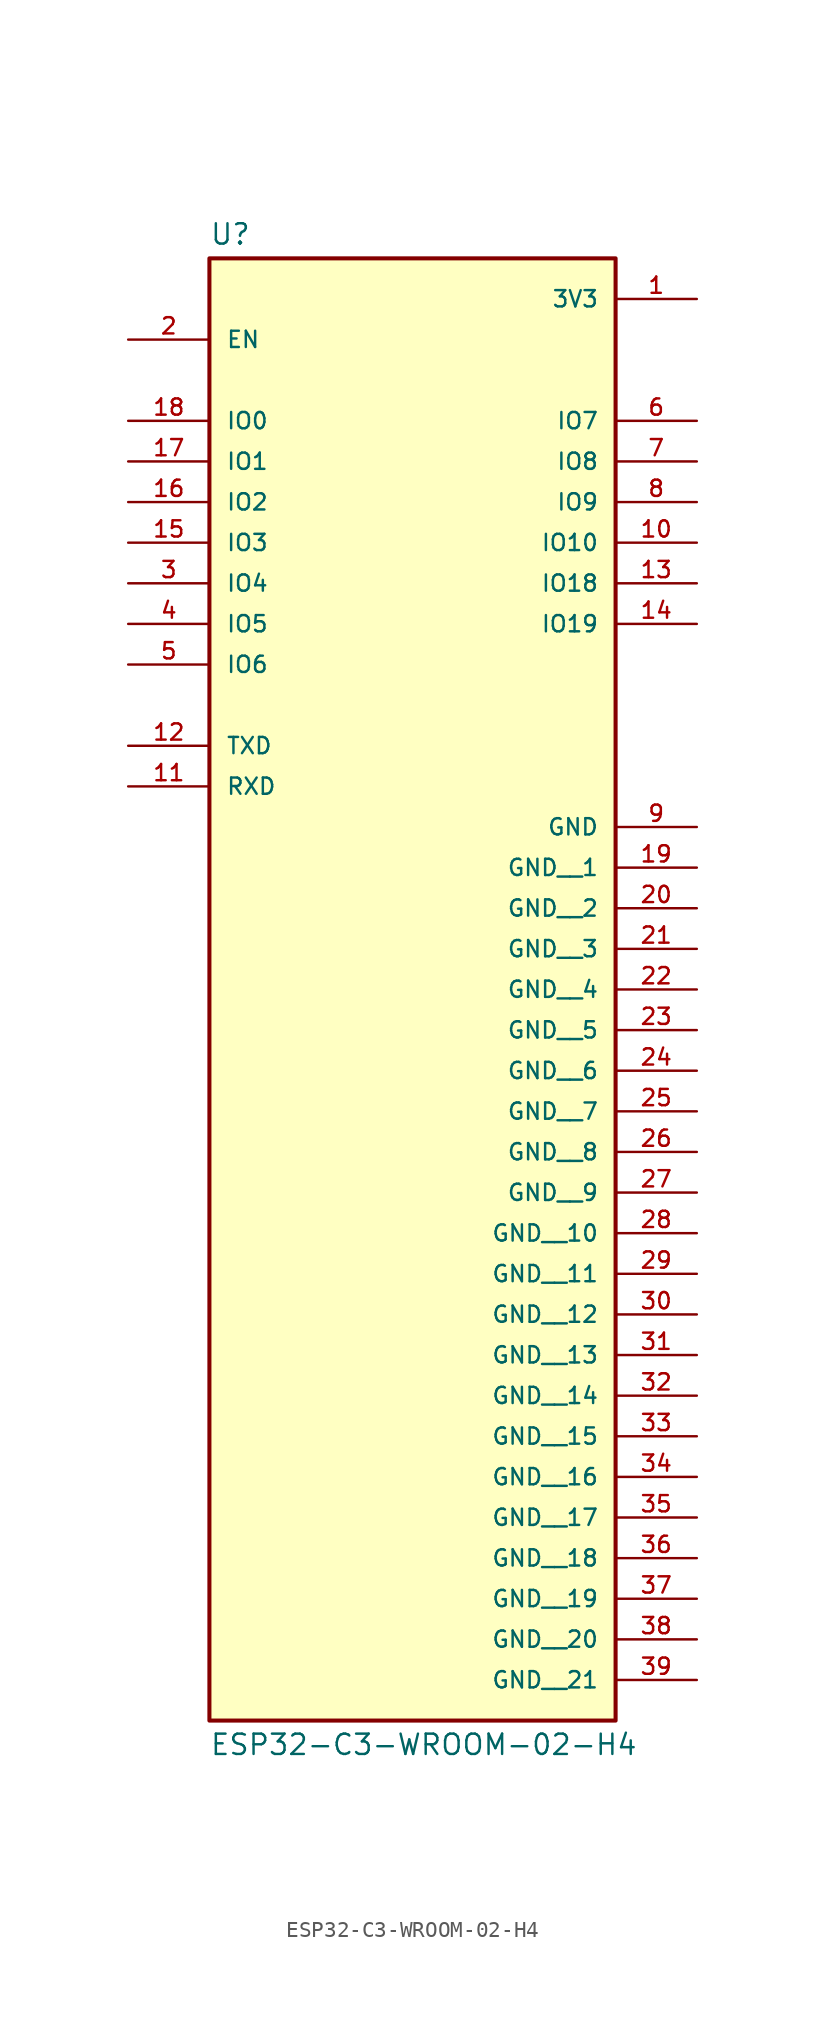
<source format=kicad_sym>
(kicad_symbol_lib
  (version 20231120)
  (generator "kicad_symbol_editor")
  (generator_version "8.0")
  (symbol "ESP32-C3-WROOM-02-H4"
    (pin_names
      (offset 1.016))
    (property "Reference" "U"
      (at -12.7 21.082 0)
      (effects (font (size 1.27 1.27)) (justify left bottom)))
    (property "Value" "ESP32-C3-WROOM-02-H4"
      (at -12.7 -71.882 0)
      (effects (font (size 1.27 1.27)) (justify left top)))
    (symbol "ESP32-C3-WROOM-02-H4_0_0"
      (rectangle (start -12.7 -71.12) (end 12.7 20.32) (stroke (width 0.254) (type default)) (fill (type background)))
      (pin power_in line (at 17.78 17.78 180) (length 5.08) (name "3V3" (effects (font (size 1.016 1.016)))) (number "1" (effects (font (size 1.016 1.016)))))
      (pin bidirectional line (at 17.78 2.54 180) (length 5.08) (name "IO10" (effects (font (size 1.016 1.016)))) (number "10" (effects (font (size 1.016 1.016)))))
      (pin bidirectional line (at -17.78 -12.7 0) (length 5.08) (name "RXD" (effects (font (size 1.016 1.016)))) (number "11" (effects (font (size 1.016 1.016)))))
      (pin bidirectional line (at -17.78 -10.16 0) (length 5.08) (name "TXD" (effects (font (size 1.016 1.016)))) (number "12" (effects (font (size 1.016 1.016)))))
      (pin bidirectional line (at 17.78 0 180) (length 5.08) (name "IO18" (effects (font (size 1.016 1.016)))) (number "13" (effects (font (size 1.016 1.016)))))
      (pin bidirectional line (at 17.78 -2.54 180) (length 5.08) (name "IO19" (effects (font (size 1.016 1.016)))) (number "14" (effects (font (size 1.016 1.016)))))
      (pin bidirectional line (at -17.78 2.54 0) (length 5.08) (name "IO3" (effects (font (size 1.016 1.016)))) (number "15" (effects (font (size 1.016 1.016)))))
      (pin bidirectional line (at -17.78 5.08 0) (length 5.08) (name "IO2" (effects (font (size 1.016 1.016)))) (number "16" (effects (font (size 1.016 1.016)))))
      (pin bidirectional line (at -17.78 7.62 0) (length 5.08) (name "IO1" (effects (font (size 1.016 1.016)))) (number "17" (effects (font (size 1.016 1.016)))))
      (pin bidirectional line (at -17.78 10.16 0) (length 5.08) (name "IO0" (effects (font (size 1.016 1.016)))) (number "18" (effects (font (size 1.016 1.016)))))
      (pin power_in line (at 17.78 -17.78 180) (length 5.08) (name "GND__1" (effects (font (size 1.016 1.016)))) (number "19" (effects (font (size 1.016 1.016)))))
      (pin input line (at -17.78 15.24 0) (length 5.08) (name "EN" (effects (font (size 1.016 1.016)))) (number "2" (effects (font (size 1.016 1.016)))))
      (pin power_in line (at 17.78 -20.32 180) (length 5.08) (name "GND__2" (effects (font (size 1.016 1.016)))) (number "20" (effects (font (size 1.016 1.016)))))
      (pin power_in line (at 17.78 -22.86 180) (length 5.08) (name "GND__3" (effects (font (size 1.016 1.016)))) (number "21" (effects (font (size 1.016 1.016)))))
      (pin power_in line (at 17.78 -25.4 180) (length 5.08) (name "GND__4" (effects (font (size 1.016 1.016)))) (number "22" (effects (font (size 1.016 1.016)))))
      (pin power_in line (at 17.78 -27.94 180) (length 5.08) (name "GND__5" (effects (font (size 1.016 1.016)))) (number "23" (effects (font (size 1.016 1.016)))))
      (pin power_in line (at 17.78 -30.48 180) (length 5.08) (name "GND__6" (effects (font (size 1.016 1.016)))) (number "24" (effects (font (size 1.016 1.016)))))
      (pin power_in line (at 17.78 -33.02 180) (length 5.08) (name "GND__7" (effects (font (size 1.016 1.016)))) (number "25" (effects (font (size 1.016 1.016)))))
      (pin power_in line (at 17.78 -35.56 180) (length 5.08) (name "GND__8" (effects (font (size 1.016 1.016)))) (number "26" (effects (font (size 1.016 1.016)))))
      (pin power_in line (at 17.78 -38.1 180) (length 5.08) (name "GND__9" (effects (font (size 1.016 1.016)))) (number "27" (effects (font (size 1.016 1.016)))))
      (pin power_in line (at 17.78 -40.64 180) (length 5.08) (name "GND__10" (effects (font (size 1.016 1.016)))) (number "28" (effects (font (size 1.016 1.016)))))
      (pin power_in line (at 17.78 -43.18 180) (length 5.08) (name "GND__11" (effects (font (size 1.016 1.016)))) (number "29" (effects (font (size 1.016 1.016)))))
      (pin bidirectional line (at -17.78 0 0) (length 5.08) (name "IO4" (effects (font (size 1.016 1.016)))) (number "3" (effects (font (size 1.016 1.016)))))
      (pin power_in line (at 17.78 -45.72 180) (length 5.08) (name "GND__12" (effects (font (size 1.016 1.016)))) (number "30" (effects (font (size 1.016 1.016)))))
      (pin power_in line (at 17.78 -48.26 180) (length 5.08) (name "GND__13" (effects (font (size 1.016 1.016)))) (number "31" (effects (font (size 1.016 1.016)))))
      (pin power_in line (at 17.78 -50.8 180) (length 5.08) (name "GND__14" (effects (font (size 1.016 1.016)))) (number "32" (effects (font (size 1.016 1.016)))))
      (pin power_in line (at 17.78 -53.34 180) (length 5.08) (name "GND__15" (effects (font (size 1.016 1.016)))) (number "33" (effects (font (size 1.016 1.016)))))
      (pin power_in line (at 17.78 -55.88 180) (length 5.08) (name "GND__16" (effects (font (size 1.016 1.016)))) (number "34" (effects (font (size 1.016 1.016)))))
      (pin power_in line (at 17.78 -58.42 180) (length 5.08) (name "GND__17" (effects (font (size 1.016 1.016)))) (number "35" (effects (font (size 1.016 1.016)))))
      (pin power_in line (at 17.78 -60.96 180) (length 5.08) (name "GND__18" (effects (font (size 1.016 1.016)))) (number "36" (effects (font (size 1.016 1.016)))))
      (pin power_in line (at 17.78 -63.5 180) (length 5.08) (name "GND__19" (effects (font (size 1.016 1.016)))) (number "37" (effects (font (size 1.016 1.016)))))
      (pin power_in line (at 17.78 -66.04 180) (length 5.08) (name "GND__20" (effects (font (size 1.016 1.016)))) (number "38" (effects (font (size 1.016 1.016)))))
      (pin power_in line (at 17.78 -68.58 180) (length 5.08) (name "GND__21" (effects (font (size 1.016 1.016)))) (number "39" (effects (font (size 1.016 1.016)))))
      (pin bidirectional line (at -17.78 -2.54 0) (length 5.08) (name "IO5" (effects (font (size 1.016 1.016)))) (number "4" (effects (font (size 1.016 1.016)))))
      (pin bidirectional line (at -17.78 -5.08 0) (length 5.08) (name "IO6" (effects (font (size 1.016 1.016)))) (number "5" (effects (font (size 1.016 1.016)))))
      (pin bidirectional line (at 17.78 10.16 180) (length 5.08) (name "IO7" (effects (font (size 1.016 1.016)))) (number "6" (effects (font (size 1.016 1.016)))))
      (pin bidirectional line (at 17.78 7.62 180) (length 5.08) (name "IO8" (effects (font (size 1.016 1.016)))) (number "7" (effects (font (size 1.016 1.016)))))
      (pin bidirectional line (at 17.78 5.08 180) (length 5.08) (name "IO9" (effects (font (size 1.016 1.016)))) (number "8" (effects (font (size 1.016 1.016)))))
      (pin power_in line (at 17.78 -15.24 180) (length 5.08) (name "GND" (effects (font (size 1.016 1.016)))) (number "9" (effects (font (size 1.016 1.016))))))))
</source>
